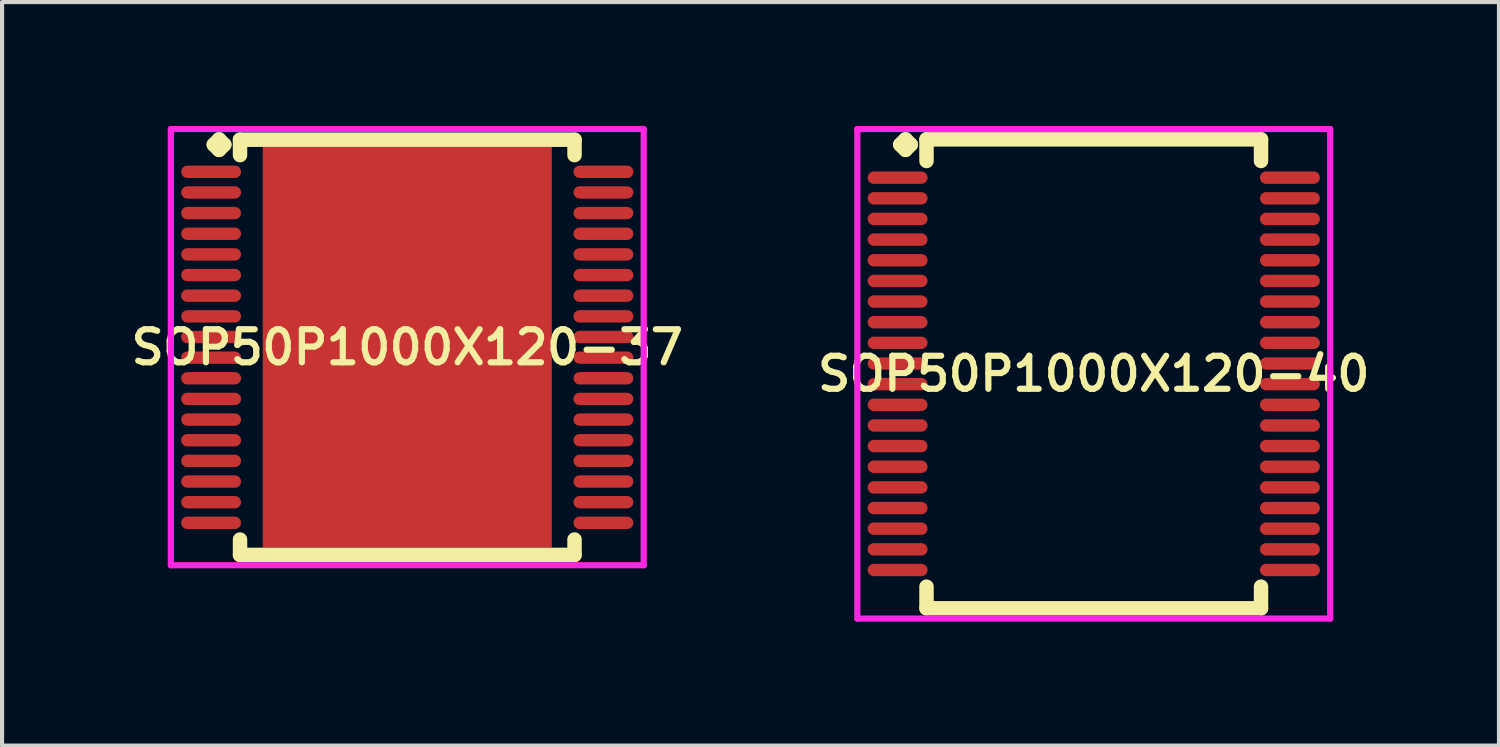
<source format=kicad_pcb>
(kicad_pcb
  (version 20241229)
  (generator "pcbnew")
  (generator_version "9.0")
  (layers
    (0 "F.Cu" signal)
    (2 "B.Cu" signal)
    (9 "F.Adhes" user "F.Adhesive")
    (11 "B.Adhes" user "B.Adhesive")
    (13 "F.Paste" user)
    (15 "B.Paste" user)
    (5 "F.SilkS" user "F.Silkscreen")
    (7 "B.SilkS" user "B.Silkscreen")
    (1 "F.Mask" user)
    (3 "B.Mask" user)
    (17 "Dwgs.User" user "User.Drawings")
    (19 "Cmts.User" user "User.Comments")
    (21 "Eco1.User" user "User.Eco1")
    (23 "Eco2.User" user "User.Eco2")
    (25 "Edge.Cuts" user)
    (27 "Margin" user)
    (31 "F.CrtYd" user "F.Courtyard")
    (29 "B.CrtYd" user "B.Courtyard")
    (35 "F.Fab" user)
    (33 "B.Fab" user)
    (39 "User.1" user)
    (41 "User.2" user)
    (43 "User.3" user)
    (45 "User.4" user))
  (footprint "SOP50P1000X120-40"
    (layer "F.Cu")
    (at 23.435 6.002)
    (property "Reference" "SOP50P1000X120-40" (at 0 0 0) (layer "F.SilkS") (effects (font (size 0.8 0.8) (thickness 0.15))))
    (attr smd)
    (fp_line (start -4.685 -5.55) (end -4.558 -5.677) (stroke (width 0.35) (type solid)) (layer "F.SilkS"))
    (fp_line (start -4.558 -5.677) (end -4.431 -5.55) (stroke (width 0.35) (type solid)) (layer "F.SilkS"))
    (fp_line (start -4.558 -5.423) (end -4.685 -5.55) (stroke (width 0.35) (type solid)) (layer "F.SilkS"))
    (fp_line (start -4.431 -5.55) (end -4.558 -5.423) (stroke (width 0.35) (type solid)) (layer "F.SilkS"))
    (fp_line (start -4.05 -5.677) (end 4.05 -5.677) (stroke (width 0.35) (type solid)) (layer "F.SilkS"))
    (fp_line (start -4.05 -5.154) (end -4.05 -5.677) (stroke (width 0.35) (type solid)) (layer "F.SilkS"))
    (fp_line (start -4.05 5.154) (end -4.05 5.677) (stroke (width 0.35) (type solid)) (layer "F.SilkS"))
    (fp_line (start -4.05 5.677) (end 4.05 5.677) (stroke (width 0.35) (type solid)) (layer "F.SilkS"))
    (fp_line (start 4.05 -5.677) (end 4.05 -5.154) (stroke (width 0.35) (type solid)) (layer "F.SilkS"))
    (fp_line (start 4.05 5.677) (end 4.05 5.154) (stroke (width 0.35) (type solid)) (layer "F.SilkS"))
    (fp_line (start -5.725 -5.927) (end 5.725 -5.927) (stroke (width 0.15) (type solid)) (layer "F.CrtYd"))
    (fp_line (start -5.725 5.927) (end -5.725 -5.927) (stroke (width 0.15) (type solid)) (layer "F.CrtYd"))
    (fp_line (start 5.725 -5.927) (end 5.725 5.927) (stroke (width 0.15) (type solid)) (layer "F.CrtYd"))
    (fp_line (start 5.725 5.927) (end -5.725 5.927) (stroke (width 0.15) (type solid)) (layer "F.CrtYd"))
    (pad "1" smd oval (at -4.75 -4.75) (size 1.45 0.3) (layers "F.Cu" "F.Mask" "F.Paste"))
    (pad "2" smd oval (at -4.75 -4.25) (size 1.45 0.3) (layers "F.Cu" "F.Mask" "F.Paste"))
    (pad "3" smd oval (at -4.75 -3.75) (size 1.45 0.3) (layers "F.Cu" "F.Mask" "F.Paste"))
    (pad "4" smd oval (at -4.75 -3.25) (size 1.45 0.3) (layers "F.Cu" "F.Mask" "F.Paste"))
    (pad "5" smd oval (at -4.75 -2.75) (size 1.45 0.3) (layers "F.Cu" "F.Mask" "F.Paste"))
    (pad "6" smd oval (at -4.75 -2.25) (size 1.45 0.3) (layers "F.Cu" "F.Mask" "F.Paste"))
    (pad "7" smd oval (at -4.75 -1.75) (size 1.45 0.3) (layers "F.Cu" "F.Mask" "F.Paste"))
    (pad "8" smd oval (at -4.75 -1.25) (size 1.45 0.3) (layers "F.Cu" "F.Mask" "F.Paste"))
    (pad "9" smd oval (at -4.75 -0.75) (size 1.45 0.3) (layers "F.Cu" "F.Mask" "F.Paste"))
    (pad "10" smd oval (at -4.75 -0.25) (size 1.45 0.3) (layers "F.Cu" "F.Mask" "F.Paste"))
    (pad "11" smd oval (at -4.75 0.25) (size 1.45 0.3) (layers "F.Cu" "F.Mask" "F.Paste"))
    (pad "12" smd oval (at -4.75 0.75) (size 1.45 0.3) (layers "F.Cu" "F.Mask" "F.Paste"))
    (pad "13" smd oval (at -4.75 1.25) (size 1.45 0.3) (layers "F.Cu" "F.Mask" "F.Paste"))
    (pad "14" smd oval (at -4.75 1.75) (size 1.45 0.3) (layers "F.Cu" "F.Mask" "F.Paste"))
    (pad "15" smd oval (at -4.75 2.25) (size 1.45 0.3) (layers "F.Cu" "F.Mask" "F.Paste"))
    (pad "16" smd oval (at -4.75 2.75) (size 1.45 0.3) (layers "F.Cu" "F.Mask" "F.Paste"))
    (pad "17" smd oval (at -4.75 3.25) (size 1.45 0.3) (layers "F.Cu" "F.Mask" "F.Paste"))
    (pad "18" smd oval (at -4.75 3.75) (size 1.45 0.3) (layers "F.Cu" "F.Mask" "F.Paste"))
    (pad "19" smd oval (at -4.75 4.25) (size 1.45 0.3) (layers "F.Cu" "F.Mask" "F.Paste"))
    (pad "20" smd oval (at -4.75 4.75) (size 1.45 0.3) (layers "F.Cu" "F.Mask" "F.Paste"))
    (pad "21" smd oval (at 4.75 4.75) (size 1.45 0.3) (layers "F.Cu" "F.Mask" "F.Paste"))
    (pad "22" smd oval (at 4.75 4.25) (size 1.45 0.3) (layers "F.Cu" "F.Mask" "F.Paste"))
    (pad "23" smd oval (at 4.75 3.75) (size 1.45 0.3) (layers "F.Cu" "F.Mask" "F.Paste"))
    (pad "24" smd oval (at 4.75 3.25) (size 1.45 0.3) (layers "F.Cu" "F.Mask" "F.Paste"))
    (pad "25" smd oval (at 4.75 2.75) (size 1.45 0.3) (layers "F.Cu" "F.Mask" "F.Paste"))
    (pad "26" smd oval (at 4.75 2.25) (size 1.45 0.3) (layers "F.Cu" "F.Mask" "F.Paste"))
    (pad "27" smd oval (at 4.75 1.75) (size 1.45 0.3) (layers "F.Cu" "F.Mask" "F.Paste"))
    (pad "28" smd oval (at 4.75 1.25) (size 1.45 0.3) (layers "F.Cu" "F.Mask" "F.Paste"))
    (pad "29" smd oval (at 4.75 0.75) (size 1.45 0.3) (layers "F.Cu" "F.Mask" "F.Paste"))
    (pad "30" smd oval (at 4.75 0.25) (size 1.45 0.3) (layers "F.Cu" "F.Mask" "F.Paste"))
    (pad "31" smd oval (at 4.75 -0.25) (size 1.45 0.3) (layers "F.Cu" "F.Mask" "F.Paste"))
    (pad "32" smd oval (at 4.75 -0.75) (size 1.45 0.3) (layers "F.Cu" "F.Mask" "F.Paste"))
    (pad "33" smd oval (at 4.75 -1.25) (size 1.45 0.3) (layers "F.Cu" "F.Mask" "F.Paste"))
    (pad "34" smd oval (at 4.75 -1.75) (size 1.45 0.3) (layers "F.Cu" "F.Mask" "F.Paste"))
    (pad "35" smd oval (at 4.75 -2.25) (size 1.45 0.3) (layers "F.Cu" "F.Mask" "F.Paste"))
    (pad "36" smd oval (at 4.75 -2.75) (size 1.45 0.3) (layers "F.Cu" "F.Mask" "F.Paste"))
    (pad "37" smd oval (at 4.75 -3.25) (size 1.45 0.3) (layers "F.Cu" "F.Mask" "F.Paste"))
    (pad "38" smd oval (at 4.75 -3.75) (size 1.45 0.3) (layers "F.Cu" "F.Mask" "F.Paste"))
    (pad "39" smd oval (at 4.75 -4.25) (size 1.45 0.3) (layers "F.Cu" "F.Mask" "F.Paste"))
    (pad "40" smd oval (at 4.75 -4.75) (size 1.45 0.3) (layers "F.Cu" "F.Mask" "F.Paste")))
  (footprint "SOP50P1000X120-37"
    (layer "F.Cu")
    (at 6.812 5.36)
    (property "Reference" "SOP50P1000X120-37" (at 0 0 0) (layer "F.SilkS") (effects (font (size 0.8 0.8) (thickness 0.15))))
    (attr smd)
    (fp_line (start -4.685 -4.908) (end -4.558 -5.035) (stroke (width 0.35) (type solid)) (layer "F.SilkS"))
    (fp_line (start -4.558 -5.035) (end -4.431 -4.908) (stroke (width 0.35) (type solid)) (layer "F.SilkS"))
    (fp_line (start -4.558 -4.781) (end -4.685 -4.908) (stroke (width 0.35) (type solid)) (layer "F.SilkS"))
    (fp_line (start -4.431 -4.908) (end -4.558 -4.781) (stroke (width 0.35) (type solid)) (layer "F.SilkS"))
    (fp_line (start -4.05 -5.027) (end 4.05 -5.027) (stroke (width 0.35) (type solid)) (layer "F.SilkS"))
    (fp_line (start -4.05 -4.654) (end -4.05 -5.027) (stroke (width 0.35) (type solid)) (layer "F.SilkS"))
    (fp_line (start -4.05 4.654) (end -4.05 5.027) (stroke (width 0.35) (type solid)) (layer "F.SilkS"))
    (fp_line (start -4.05 5.027) (end 4.05 5.027) (stroke (width 0.35) (type solid)) (layer "F.SilkS"))
    (fp_line (start 4.05 -5.027) (end 4.05 -4.654) (stroke (width 0.35) (type solid)) (layer "F.SilkS"))
    (fp_line (start 4.05 5.027) (end 4.05 4.654) (stroke (width 0.35) (type solid)) (layer "F.SilkS"))
    (fp_line (start -5.725 -5.285) (end 5.725 -5.285) (stroke (width 0.15) (type solid)) (layer "F.CrtYd"))
    (fp_line (start -5.725 5.277) (end -5.725 -5.285) (stroke (width 0.15) (type solid)) (layer "F.CrtYd"))
    (fp_line (start 5.725 -5.285) (end 5.725 5.277) (stroke (width 0.15) (type solid)) (layer "F.CrtYd"))
    (fp_line (start 5.725 5.277) (end -5.725 5.277) (stroke (width 0.15) (type solid)) (layer "F.CrtYd"))
    (pad "1" smd oval (at -4.75 -4.25) (size 1.45 0.3) (layers "F.Cu" "F.Mask" "F.Paste"))
    (pad "2" smd oval (at -4.75 -3.75) (size 1.45 0.3) (layers "F.Cu" "F.Mask" "F.Paste"))
    (pad "3" smd oval (at -4.75 -3.25) (size 1.45 0.3) (layers "F.Cu" "F.Mask" "F.Paste"))
    (pad "4" smd oval (at -4.75 -2.75) (size 1.45 0.3) (layers "F.Cu" "F.Mask" "F.Paste"))
    (pad "5" smd oval (at -4.75 -2.25) (size 1.45 0.3) (layers "F.Cu" "F.Mask" "F.Paste"))
    (pad "6" smd oval (at -4.75 -1.75) (size 1.45 0.3) (layers "F.Cu" "F.Mask" "F.Paste"))
    (pad "7" smd oval (at -4.75 -1.25) (size 1.45 0.3) (layers "F.Cu" "F.Mask" "F.Paste"))
    (pad "8" smd oval (at -4.75 -0.75) (size 1.45 0.3) (layers "F.Cu" "F.Mask" "F.Paste"))
    (pad "9" smd oval (at -4.75 -0.25) (size 1.45 0.3) (layers "F.Cu" "F.Mask" "F.Paste"))
    (pad "10" smd oval (at -4.75 0.25) (size 1.45 0.3) (layers "F.Cu" "F.Mask" "F.Paste"))
    (pad "11" smd oval (at -4.75 0.75) (size 1.45 0.3) (layers "F.Cu" "F.Mask" "F.Paste"))
    (pad "12" smd oval (at -4.75 1.25) (size 1.45 0.3) (layers "F.Cu" "F.Mask" "F.Paste"))
    (pad "13" smd oval (at -4.75 1.75) (size 1.45 0.3) (layers "F.Cu" "F.Mask" "F.Paste"))
    (pad "14" smd oval (at -4.75 2.25) (size 1.45 0.3) (layers "F.Cu" "F.Mask" "F.Paste"))
    (pad "15" smd oval (at -4.75 2.75) (size 1.45 0.3) (layers "F.Cu" "F.Mask" "F.Paste"))
    (pad "16" smd oval (at -4.75 3.25) (size 1.45 0.3) (layers "F.Cu" "F.Mask" "F.Paste"))
    (pad "17" smd oval (at -4.75 3.75) (size 1.45 0.3) (layers "F.Cu" "F.Mask" "F.Paste"))
    (pad "18" smd oval (at -4.75 4.25) (size 1.45 0.3) (layers "F.Cu" "F.Mask" "F.Paste"))
    (pad "19" smd oval (at 4.75 4.25) (size 1.45 0.3) (layers "F.Cu" "F.Mask" "F.Paste"))
    (pad "20" smd oval (at 4.75 3.75) (size 1.45 0.3) (layers "F.Cu" "F.Mask" "F.Paste"))
    (pad "21" smd oval (at 4.75 3.25) (size 1.45 0.3) (layers "F.Cu" "F.Mask" "F.Paste"))
    (pad "22" smd oval (at 4.75 2.75) (size 1.45 0.3) (layers "F.Cu" "F.Mask" "F.Paste"))
    (pad "23" smd oval (at 4.75 2.25) (size 1.45 0.3) (layers "F.Cu" "F.Mask" "F.Paste"))
    (pad "24" smd oval (at 4.75 1.75) (size 1.45 0.3) (layers "F.Cu" "F.Mask" "F.Paste"))
    (pad "25" smd oval (at 4.75 1.25) (size 1.45 0.3) (layers "F.Cu" "F.Mask" "F.Paste"))
    (pad "26" smd oval (at 4.75 0.75) (size 1.45 0.3) (layers "F.Cu" "F.Mask" "F.Paste"))
    (pad "27" smd oval (at 4.75 0.25) (size 1.45 0.3) (layers "F.Cu" "F.Mask" "F.Paste"))
    (pad "28" smd oval (at 4.75 -0.25) (size 1.45 0.3) (layers "F.Cu" "F.Mask" "F.Paste"))
    (pad "29" smd oval (at 4.75 -0.75) (size 1.45 0.3) (layers "F.Cu" "F.Mask" "F.Paste"))
    (pad "30" smd oval (at 4.75 -1.25) (size 1.45 0.3) (layers "F.Cu" "F.Mask" "F.Paste"))
    (pad "31" smd oval (at 4.75 -1.75) (size 1.45 0.3) (layers "F.Cu" "F.Mask" "F.Paste"))
    (pad "32" smd oval (at 4.75 -2.25) (size 1.45 0.3) (layers "F.Cu" "F.Mask" "F.Paste"))
    (pad "33" smd oval (at 4.75 -2.75) (size 1.45 0.3) (layers "F.Cu" "F.Mask" "F.Paste"))
    (pad "34" smd oval (at 4.75 -3.25) (size 1.45 0.3) (layers "F.Cu" "F.Mask" "F.Paste"))
    (pad "35" smd oval (at 4.75 -3.75) (size 1.45 0.3) (layers "F.Cu" "F.Mask" "F.Paste"))
    (pad "36" smd oval (at 4.75 -4.25) (size 1.45 0.3) (layers "F.Cu" "F.Mask" "F.Paste"))
    (pad "37" smd rect (at 0 0) (size 7 9.7) (layers "F.Cu" "F.Mask" "F.Paste")))
  (gr_rect
    (start -3 -3)
    (end 33.247 15.004)
    (stroke (width 0.1) (type default))
    (fill no)
    (layer "Edge.Cuts")))
</source>
